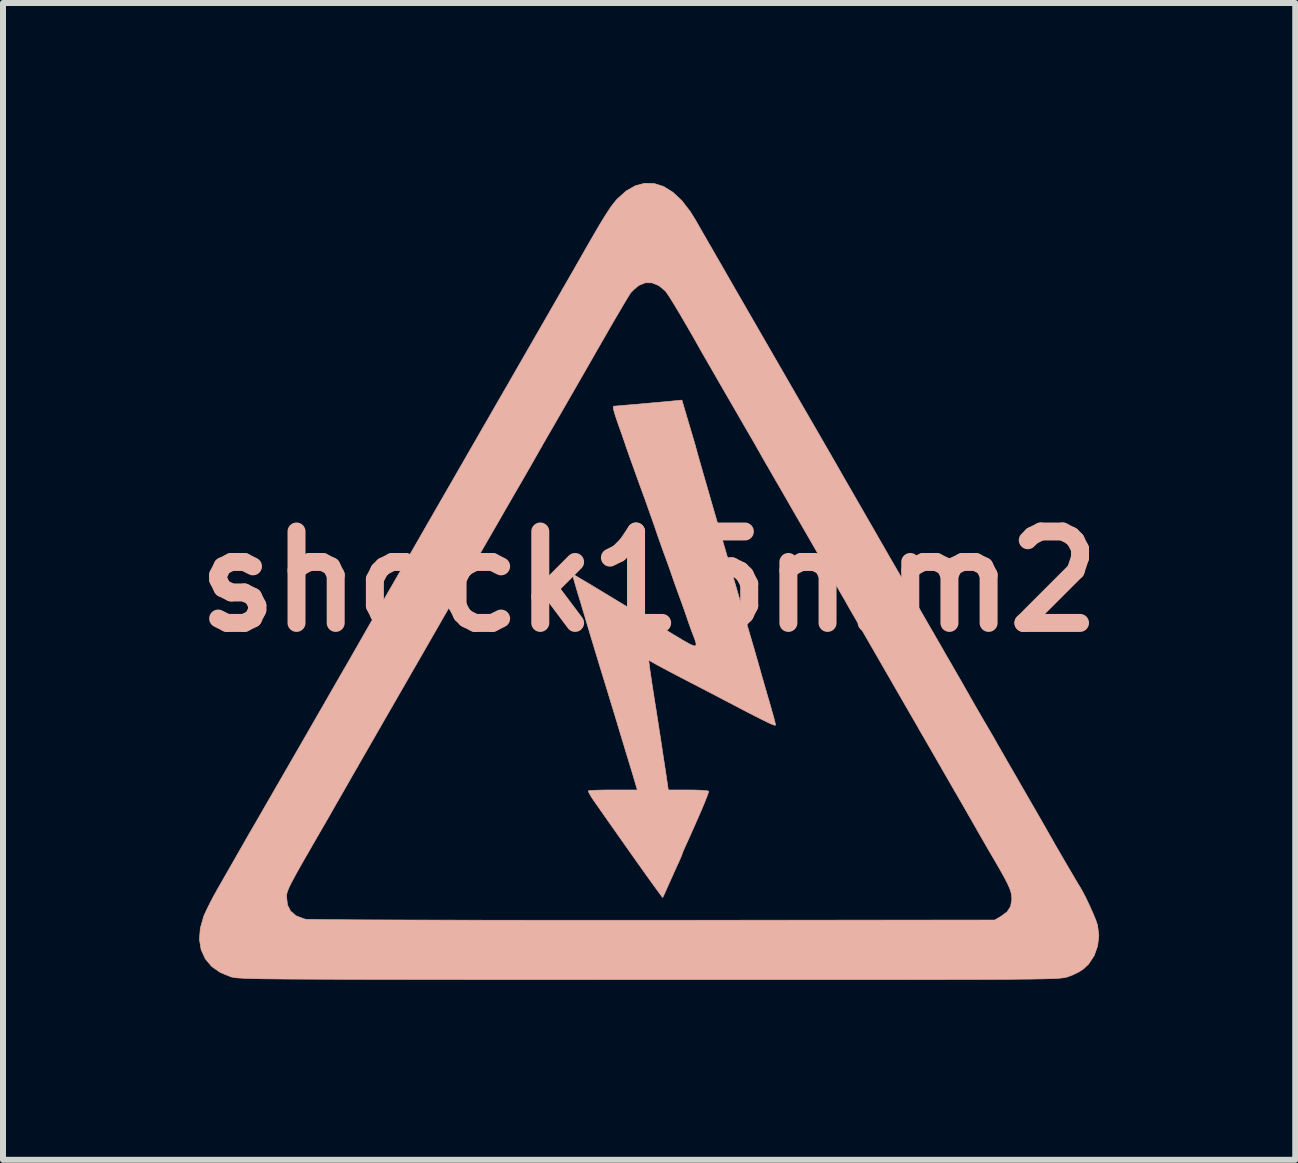
<source format=kicad_pcb>
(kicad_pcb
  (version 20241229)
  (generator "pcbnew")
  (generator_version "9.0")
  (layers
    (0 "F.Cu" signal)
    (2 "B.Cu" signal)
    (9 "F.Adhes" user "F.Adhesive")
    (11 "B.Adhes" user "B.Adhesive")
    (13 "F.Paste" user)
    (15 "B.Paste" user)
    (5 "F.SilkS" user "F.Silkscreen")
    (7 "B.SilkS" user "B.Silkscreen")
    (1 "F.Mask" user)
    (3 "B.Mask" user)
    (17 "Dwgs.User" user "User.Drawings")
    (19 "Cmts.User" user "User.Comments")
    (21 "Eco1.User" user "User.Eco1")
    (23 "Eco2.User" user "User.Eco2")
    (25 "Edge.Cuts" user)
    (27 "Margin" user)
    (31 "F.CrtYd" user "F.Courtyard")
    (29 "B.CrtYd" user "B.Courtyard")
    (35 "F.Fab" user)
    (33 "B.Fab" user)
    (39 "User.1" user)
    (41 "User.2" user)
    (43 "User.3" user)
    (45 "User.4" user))
  (footprint "shock15mm2"
    (layer "F.Cu")
    (at 7.772 6.646)
    (property "Reference" "shock15mm2" (at 0 0 0) (layer "B.SilkS") (effects (font (size 1.524 1.524) (thickness 0.3))))
    (attr through_hole)
    (fp_poly (pts (xy 0.599 -2.848) (xy 0.632 -2.736) (xy 0.671 -2.605) (xy 0.708 -2.48) (xy 0.712 -2.468) (xy 0.742 -2.366) (xy 0.769 -2.274) (xy 0.787 -2.207) (xy 0.791 -2.193) (xy 0.802 -2.152) (xy 0.824 -2.072) (xy 0.857 -1.958) (xy 0.897 -1.817) (xy 0.944 -1.656) (xy 0.995 -1.479) (xy 1.017 -1.402) (xy 1.073 -1.208) (xy 1.129 -1.015) (xy 1.183 -0.832) (xy 1.231 -0.666) (xy 1.271 -0.527) (xy 1.301 -0.424) (xy 1.306 -0.407) (xy 1.363 -0.21) (xy 1.427 0.01) (xy 1.494 0.24) (xy 1.561 0.471) (xy 1.624 0.69) (xy 1.682 0.888) (xy 1.73 1.052) (xy 1.738 1.078) (xy 1.774 1.204) (xy 1.809 1.325) (xy 1.838 1.427) (xy 1.858 1.497) (xy 1.858 1.498) (xy 1.876 1.563) (xy 1.905 1.662) (xy 1.94 1.785) (xy 1.979 1.92) (xy 2 1.989) (xy 2.036 2.117) (xy 2.068 2.229) (xy 2.092 2.318) (xy 2.106 2.375) (xy 2.109 2.391) (xy 2.103 2.396) (xy 2.082 2.392) (xy 2.044 2.378) (xy 1.984 2.351) (xy 1.9 2.31) (xy 1.787 2.253) (xy 1.642 2.179) (xy 1.463 2.085) (xy 1.244 1.971) (xy 1.234 1.965) (xy 1.138 1.915) (xy 1.012 1.849) (xy 0.869 1.775) (xy 0.722 1.699) (xy 0.635 1.654) (xy 0.501 1.584) (xy 0.371 1.516) (xy 0.256 1.455) (xy 0.167 1.407) (xy 0.122 1.383) (xy -0.007 1.31) (xy 0.01 1.44) (xy 0.019 1.511) (xy 0.035 1.616) (xy 0.054 1.744) (xy 0.076 1.882) (xy 0.083 1.929) (xy 0.118 2.148) (xy 0.153 2.374) (xy 0.188 2.598) (xy 0.22 2.809) (xy 0.249 3) (xy 0.274 3.161) (xy 0.291 3.277) (xy 0.32 3.475) (xy 0.65 3.475) (xy 0.771 3.476) (xy 0.873 3.48) (xy 0.949 3.486) (xy 0.989 3.493) (xy 0.992 3.495) (xy 0.987 3.523) (xy 0.963 3.588) (xy 0.924 3.687) (xy 0.871 3.814) (xy 0.806 3.963) (xy 0.732 4.13) (xy 0.652 4.309) (xy 0.598 4.427) (xy 0.57 4.49) (xy 0.553 4.533) (xy 0.551 4.542) (xy 0.542 4.568) (xy 0.517 4.626) (xy 0.483 4.702) (xy 0.482 4.704) (xy 0.439 4.798) (xy 0.387 4.914) (xy 0.335 5.03) (xy 0.323 5.056) (xy 0.283 5.146) (xy 0.251 5.217) (xy 0.231 5.259) (xy 0.227 5.267) (xy 0.212 5.25) (xy 0.174 5.198) (xy 0.114 5.117) (xy 0.037 5.011) (xy -0.054 4.884) (xy -0.155 4.741) (xy -0.199 4.68) (xy -0.31 4.523) (xy -0.417 4.371) (xy -0.516 4.231) (xy -0.601 4.109) (xy -0.67 4.012) (xy -0.716 3.946) (xy -0.723 3.937) (xy -0.793 3.836) (xy -0.87 3.726) (xy -0.927 3.645) (xy -0.973 3.574) (xy -1.004 3.519) (xy -1.013 3.49) (xy -1.012 3.489) (xy -0.985 3.484) (xy -0.918 3.48) (xy -0.819 3.477) (xy -0.697 3.475) (xy -0.597 3.475) (xy -0.196 3.475) (xy -0.233 3.349) (xy -0.259 3.26) (xy -0.292 3.15) (xy -0.325 3.043) (xy -0.349 2.964) (xy -0.384 2.85) (xy -0.426 2.71) (xy -0.473 2.556) (xy -0.521 2.397) (xy -0.528 2.372) (xy -0.581 2.197) (xy -0.638 2.011) (xy -0.694 1.827) (xy -0.745 1.66) (xy -0.784 1.534) (xy -0.823 1.407) (xy -0.857 1.295) (xy -0.89 1.187) (xy -0.924 1.074) (xy -0.963 0.945) (xy -1.009 0.791) (xy -1.066 0.601) (xy -1.066 0.599) (xy -1.1 0.488) (xy -1.139 0.356) (xy -1.178 0.229) (xy -1.186 0.204) (xy -1.216 0.102) (xy -1.242 0.012) (xy -1.26 -0.052) (xy -1.264 -0.069) (xy -1.277 -0.126) (xy -1.16 -0.057) (xy -1.1 -0.022) (xy -1.009 0.032) (xy -0.896 0.1) (xy -0.771 0.176) (xy -0.671 0.236) (xy -0.527 0.324) (xy -0.373 0.416) (xy -0.224 0.505) (xy -0.094 0.583) (xy -0.036 0.617) (xy 0.073 0.681) (xy 0.175 0.742) (xy 0.258 0.793) (xy 0.312 0.826) (xy 0.371 0.863) (xy 0.457 0.914) (xy 0.553 0.972) (xy 0.587 0.992) (xy 0.686 1.047) (xy 0.75 1.073) (xy 0.781 1.069) (xy 0.783 1.032) (xy 0.761 0.959) (xy 0.741 0.908) (xy 0.702 0.805) (xy 0.662 0.693) (xy 0.646 0.647) (xy 0.619 0.566) (xy 0.581 0.458) (xy 0.539 0.34) (xy 0.515 0.276) (xy 0.475 0.165) (xy 0.437 0.06) (xy 0.407 -0.025) (xy 0.395 -0.06) (xy 0.374 -0.121) (xy 0.342 -0.213) (xy 0.302 -0.325) (xy 0.263 -0.431) (xy 0.22 -0.549) (xy 0.181 -0.659) (xy 0.149 -0.749) (xy 0.131 -0.803) (xy 0.104 -0.883) (xy 0.065 -0.995) (xy 0.019 -1.125) (xy -0.029 -1.261) (xy -0.075 -1.39) (xy -0.093 -1.438) (xy -0.167 -1.642) (xy -0.226 -1.806) (xy -0.273 -1.937) (xy -0.31 -2.039) (xy -0.339 -2.12) (xy -0.361 -2.183) (xy -0.379 -2.235) (xy -0.385 -2.252) (xy -0.411 -2.33) (xy -0.448 -2.437) (xy -0.491 -2.558) (xy -0.525 -2.654) (xy -0.567 -2.779) (xy -0.592 -2.867) (xy -0.598 -2.915) (xy -0.592 -2.924) (xy -0.559 -2.926) (xy -0.487 -2.932) (xy -0.385 -2.941) (xy -0.261 -2.951) (xy -0.125 -2.963) (xy 0.016 -2.976) (xy 0.152 -2.988) (xy 0.274 -2.999) (xy 0.374 -3.008) (xy 0.388 -3.01) (xy 0.547 -3.025) (xy 0.599 -2.848)) (stroke (width 0.01) (type solid)) (fill yes) (layer "B.SilkS"))
    (fp_poly (pts (xy 0.086 -6.636) (xy 0.243 -6.586) (xy 0.396 -6.491) (xy 0.545 -6.352) (xy 0.686 -6.169) (xy 0.772 -6.031) (xy 0.821 -5.945) (xy 0.884 -5.834) (xy 0.952 -5.717) (xy 0.987 -5.655) (xy 1.039 -5.566) (xy 1.108 -5.445) (xy 1.191 -5.302) (xy 1.28 -5.147) (xy 1.37 -4.99) (xy 1.401 -4.936) (xy 1.787 -4.267) (xy 2.178 -3.589) (xy 2.569 -2.911) (xy 2.644 -2.781) (xy 2.74 -2.616) (xy 2.852 -2.422) (xy 2.977 -2.205) (xy 3.112 -1.971) (xy 3.252 -1.726) (xy 3.395 -1.478) (xy 3.537 -1.231) (xy 3.674 -0.993) (xy 3.756 -0.851) (xy 3.837 -0.709) (xy 3.913 -0.578) (xy 3.978 -0.464) (xy 4.03 -0.374) (xy 4.064 -0.315) (xy 4.073 -0.3) (xy 4.129 -0.203) (xy 4.204 -0.074) (xy 4.292 0.08) (xy 4.39 0.25) (xy 4.492 0.426) (xy 4.593 0.602) (xy 4.688 0.767) (xy 4.709 0.803) (xy 4.793 0.948) (xy 4.879 1.098) (xy 4.96 1.24) (xy 5.031 1.361) (xy 5.075 1.438) (xy 5.143 1.556) (xy 5.224 1.697) (xy 5.304 1.838) (xy 5.356 1.929) (xy 5.426 2.052) (xy 5.5 2.18) (xy 5.568 2.298) (xy 5.612 2.372) (xy 5.67 2.471) (xy 5.727 2.569) (xy 5.772 2.648) (xy 5.779 2.66) (xy 5.808 2.712) (xy 5.857 2.797) (xy 5.922 2.91) (xy 5.997 3.041) (xy 6.079 3.183) (xy 6.123 3.259) (xy 6.27 3.514) (xy 6.4 3.739) (xy 6.512 3.934) (xy 6.604 4.094) (xy 6.674 4.218) (xy 6.715 4.289) (xy 6.766 4.38) (xy 6.83 4.49) (xy 6.901 4.613) (xy 6.974 4.738) (xy 7.044 4.857) (xy 7.104 4.96) (xy 7.151 5.039) (xy 7.178 5.082) (xy 7.229 5.17) (xy 7.287 5.283) (xy 7.346 5.408) (xy 7.402 5.532) (xy 7.447 5.642) (xy 7.475 5.725) (xy 7.478 5.734) (xy 7.498 5.906) (xy 7.478 6.076) (xy 7.421 6.236) (xy 7.329 6.376) (xy 7.239 6.461) (xy 7.157 6.513) (xy 7.054 6.562) (xy 6.979 6.59) (xy 6.963 6.595) (xy 6.946 6.599) (xy 6.926 6.603) (xy 6.902 6.607) (xy 6.871 6.61) (xy 6.833 6.614) (xy 6.785 6.617) (xy 6.727 6.619) (xy 6.655 6.622) (xy 6.568 6.624) (xy 6.466 6.626) (xy 6.345 6.628) (xy 6.205 6.629) (xy 6.044 6.631) (xy 5.86 6.632) (xy 5.651 6.633) (xy 5.416 6.634) (xy 5.153 6.634) (xy 4.861 6.635) (xy 4.537 6.635) (xy 4.18 6.636) (xy 3.788 6.636) (xy 3.36 6.636) (xy 2.894 6.636) (xy 2.388 6.636) (xy 1.841 6.636) (xy 1.251 6.636) (xy 0.616 6.636) (xy 0.003 6.636) (xy -0.674 6.636) (xy -1.306 6.635) (xy -1.893 6.635) (xy -2.437 6.635) (xy -2.94 6.635) (xy -3.403 6.634) (xy -3.828 6.634) (xy -4.217 6.633) (xy -4.572 6.633) (xy -4.894 6.632) (xy -5.184 6.631) (xy -5.445 6.63) (xy -5.678 6.629) (xy -5.885 6.628) (xy -6.068 6.627) (xy -6.227 6.625) (xy -6.366 6.624) (xy -6.485 6.622) (xy -6.586 6.62) (xy -6.671 6.617) (xy -6.742 6.615) (xy -6.8 6.612) (xy -6.846 6.609) (xy -6.884 6.606) (xy -6.913 6.602) (xy -6.936 6.598) (xy -6.955 6.594) (xy -6.969 6.591) (xy -7.149 6.518) (xy -7.294 6.416) (xy -7.401 6.287) (xy -7.469 6.136) (xy -7.497 5.965) (xy -7.482 5.779) (xy -7.425 5.58) (xy -7.411 5.547) (xy -7.369 5.457) (xy -7.311 5.341) (xy -7.267 5.257) (xy -6.044 5.257) (xy -6.029 5.392) (xy -5.976 5.496) (xy -5.884 5.573) (xy -5.754 5.623) (xy -5.723 5.63) (xy -5.689 5.632) (xy -5.61 5.633) (xy -5.488 5.635) (xy -5.324 5.637) (xy -5.12 5.638) (xy -4.879 5.64) (xy -4.603 5.641) (xy -4.295 5.642) (xy -3.955 5.643) (xy -3.586 5.644) (xy -3.191 5.645) (xy -2.772 5.646) (xy -2.33 5.646) (xy -1.868 5.647) (xy -1.387 5.647) (xy -0.891 5.647) (xy -0.381 5.647) (xy 0.072 5.647) (xy 5.763 5.643) (xy 5.872 5.579) (xy 5.97 5.505) (xy 6.026 5.419) (xy 6.047 5.309) (xy 6.047 5.27) (xy 6.042 5.22) (xy 6.03 5.167) (xy 6.007 5.104) (xy 5.971 5.026) (xy 5.919 4.926) (xy 5.848 4.799) (xy 5.755 4.638) (xy 5.726 4.589) (xy 5.657 4.471) (xy 5.577 4.332) (xy 5.499 4.196) (xy 5.463 4.133) (xy 5.389 4.003) (xy 5.304 3.855) (xy 5.223 3.714) (xy 5.188 3.654) (xy 5.113 3.524) (xy 5.028 3.376) (xy 4.946 3.234) (xy 4.912 3.175) (xy 4.861 3.086) (xy 4.791 2.965) (xy 4.708 2.82) (xy 4.616 2.661) (xy 4.521 2.497) (xy 4.457 2.384) (xy 4.355 2.208) (xy 4.242 2.013) (xy 4.122 1.804) (xy 3.998 1.589) (xy 3.873 1.372) (xy 3.751 1.16) (xy 3.634 0.958) (xy 3.528 0.772) (xy 3.433 0.608) (xy 3.355 0.473) (xy 3.297 0.371) (xy 3.284 0.347) (xy 3.247 0.283) (xy 3.189 0.183) (xy 3.114 0.052) (xy 3.024 -0.104) (xy 2.923 -0.279) (xy 2.813 -0.469) (xy 2.698 -0.668) (xy 2.582 -0.87) (xy 2.466 -1.07) (xy 2.355 -1.263) (xy 2.252 -1.442) (xy 2.159 -1.603) (xy 2.079 -1.741) (xy 2.017 -1.849) (xy 1.975 -1.922) (xy 1.97 -1.929) (xy 1.918 -2.02) (xy 1.867 -2.11) (xy 1.834 -2.169) (xy 1.809 -2.212) (xy 1.764 -2.292) (xy 1.701 -2.401) (xy 1.623 -2.535) (xy 1.535 -2.687) (xy 1.44 -2.852) (xy 1.378 -2.959) (xy 1.277 -3.133) (xy 1.18 -3.301) (xy 1.091 -3.456) (xy 1.013 -3.592) (xy 0.949 -3.703) (xy 0.903 -3.782) (xy 0.887 -3.81) (xy 0.745 -4.062) (xy 0.618 -4.282) (xy 0.508 -4.47) (xy 0.416 -4.623) (xy 0.344 -4.739) (xy 0.292 -4.817) (xy 0.267 -4.849) (xy 0.162 -4.935) (xy 0.05 -4.98) (xy -0.062 -4.982) (xy -0.166 -4.94) (xy -0.196 -4.918) (xy -0.253 -4.869) (xy -0.297 -4.825) (xy -0.305 -4.817) (xy -0.326 -4.784) (xy -0.368 -4.716) (xy -0.427 -4.618) (xy -0.499 -4.495) (xy -0.582 -4.354) (xy -0.671 -4.2) (xy -0.764 -4.038) (xy -0.792 -3.99) (xy -0.863 -3.866) (xy -0.947 -3.719) (xy -1.041 -3.555) (xy -1.141 -3.381) (xy -1.244 -3.202) (xy -1.345 -3.026) (xy -1.441 -2.859) (xy -1.529 -2.707) (xy -1.604 -2.576) (xy -1.664 -2.473) (xy -1.704 -2.404) (xy -1.708 -2.396) (xy -1.74 -2.341) (xy -1.789 -2.256) (xy -1.846 -2.155) (xy -1.893 -2.073) (xy -1.966 -1.944) (xy -2.049 -1.8) (xy -2.128 -1.663) (xy -2.161 -1.605) (xy -2.213 -1.516) (xy -2.283 -1.395) (xy -2.366 -1.252) (xy -2.455 -1.097) (xy -2.545 -0.94) (xy -2.576 -0.887) (xy -2.658 -0.744) (xy -2.735 -0.611) (xy -2.802 -0.495) (xy -2.854 -0.403) (xy -2.89 -0.342) (xy -2.9 -0.323) (xy -2.929 -0.273) (xy -2.975 -0.193) (xy -3.031 -0.096) (xy -3.072 -0.024) (xy -3.114 0.049) (xy -3.176 0.157) (xy -3.255 0.294) (xy -3.347 0.454) (xy -3.449 0.631) (xy -3.557 0.819) (xy -3.667 1.011) (xy -3.678 1.03) (xy -3.799 1.241) (xy -3.927 1.462) (xy -4.056 1.687) (xy -4.181 1.904) (xy -4.297 2.106) (xy -4.399 2.282) (xy -4.464 2.396) (xy -4.557 2.558) (xy -4.651 2.721) (xy -4.74 2.876) (xy -4.819 3.013) (xy -4.882 3.124) (xy -4.912 3.175) (xy -4.984 3.301) (xy -5.07 3.452) (xy -5.163 3.614) (xy -5.254 3.772) (xy -5.335 3.915) (xy -5.392 4.014) (xy -5.421 4.064) (xy -5.467 4.143) (xy -5.523 4.241) (xy -5.572 4.325) (xy -5.691 4.532) (xy -5.789 4.702) (xy -5.866 4.839) (xy -5.926 4.949) (xy -5.971 5.034) (xy -6.003 5.1) (xy -6.024 5.151) (xy -6.037 5.191) (xy -6.043 5.225) (xy -6.044 5.257) (xy -6.044 5.257) (xy -7.267 5.257) (xy -7.245 5.217) (xy -7.192 5.122) (xy -7.064 4.898) (xy -6.953 4.704) (xy -6.86 4.541) (xy -6.787 4.414) (xy -6.735 4.323) (xy -6.709 4.277) (xy -6.645 4.166) (xy -6.57 4.037) (xy -6.481 3.883) (xy -6.375 3.698) (xy -6.27 3.516) (xy -6.06 3.152) (xy -5.856 2.799) (xy -5.661 2.46) (xy -5.476 2.139) (xy -5.303 1.837) (xy -5.143 1.559) (xy -4.998 1.308) (xy -4.871 1.086) (xy -4.763 0.897) (xy -4.675 0.743) (xy -4.613 0.635) (xy -4.585 0.585) (xy -4.535 0.498) (xy -4.467 0.379) (xy -4.383 0.233) (xy -4.286 0.066) (xy -4.18 -0.119) (xy -4.066 -0.316) (xy -3.948 -0.521) (xy -3.886 -0.629) (xy -3.826 -0.733) (xy -3.769 -0.832) (xy -3.723 -0.913) (xy -3.704 -0.947) (xy -3.675 -0.997) (xy -3.626 -1.081) (xy -3.564 -1.19) (xy -3.492 -1.315) (xy -3.415 -1.448) (xy -3.414 -1.45) (xy -3.325 -1.604) (xy -3.229 -1.771) (xy -3.134 -1.936) (xy -3.049 -2.084) (xy -3 -2.169) (xy -2.946 -2.263) (xy -2.871 -2.392) (xy -2.782 -2.548) (xy -2.68 -2.724) (xy -2.572 -2.913) (xy -2.46 -3.107) (xy -2.365 -3.271) (xy -2.261 -3.452) (xy -2.163 -3.623) (xy -2.073 -3.779) (xy -1.995 -3.915) (xy -1.931 -4.025) (xy -1.886 -4.105) (xy -1.861 -4.148) (xy -1.86 -4.15) (xy -1.833 -4.196) (xy -1.787 -4.277) (xy -1.725 -4.384) (xy -1.652 -4.511) (xy -1.572 -4.65) (xy -1.536 -4.713) (xy -1.447 -4.868) (xy -1.357 -5.025) (xy -1.271 -5.174) (xy -1.196 -5.306) (xy -1.137 -5.409) (xy -1.127 -5.427) (xy -1.004 -5.642) (xy -0.902 -5.818) (xy -0.817 -5.963) (xy -0.746 -6.079) (xy -0.687 -6.172) (xy -0.637 -6.246) (xy -0.592 -6.306) (xy -0.55 -6.357) (xy -0.529 -6.38) (xy -0.381 -6.513) (xy -0.228 -6.6) (xy -0.072 -6.641) (xy 0.086 -6.636)) (stroke (width 0.01) (type solid)) (fill yes) (layer "B.SilkS")))
  (gr_rect
    (start -3 -3)
    (end 18.545 16.287)
    (stroke (width 0.1) (type default))
    (fill no)
    (layer "Edge.Cuts")))
</source>
